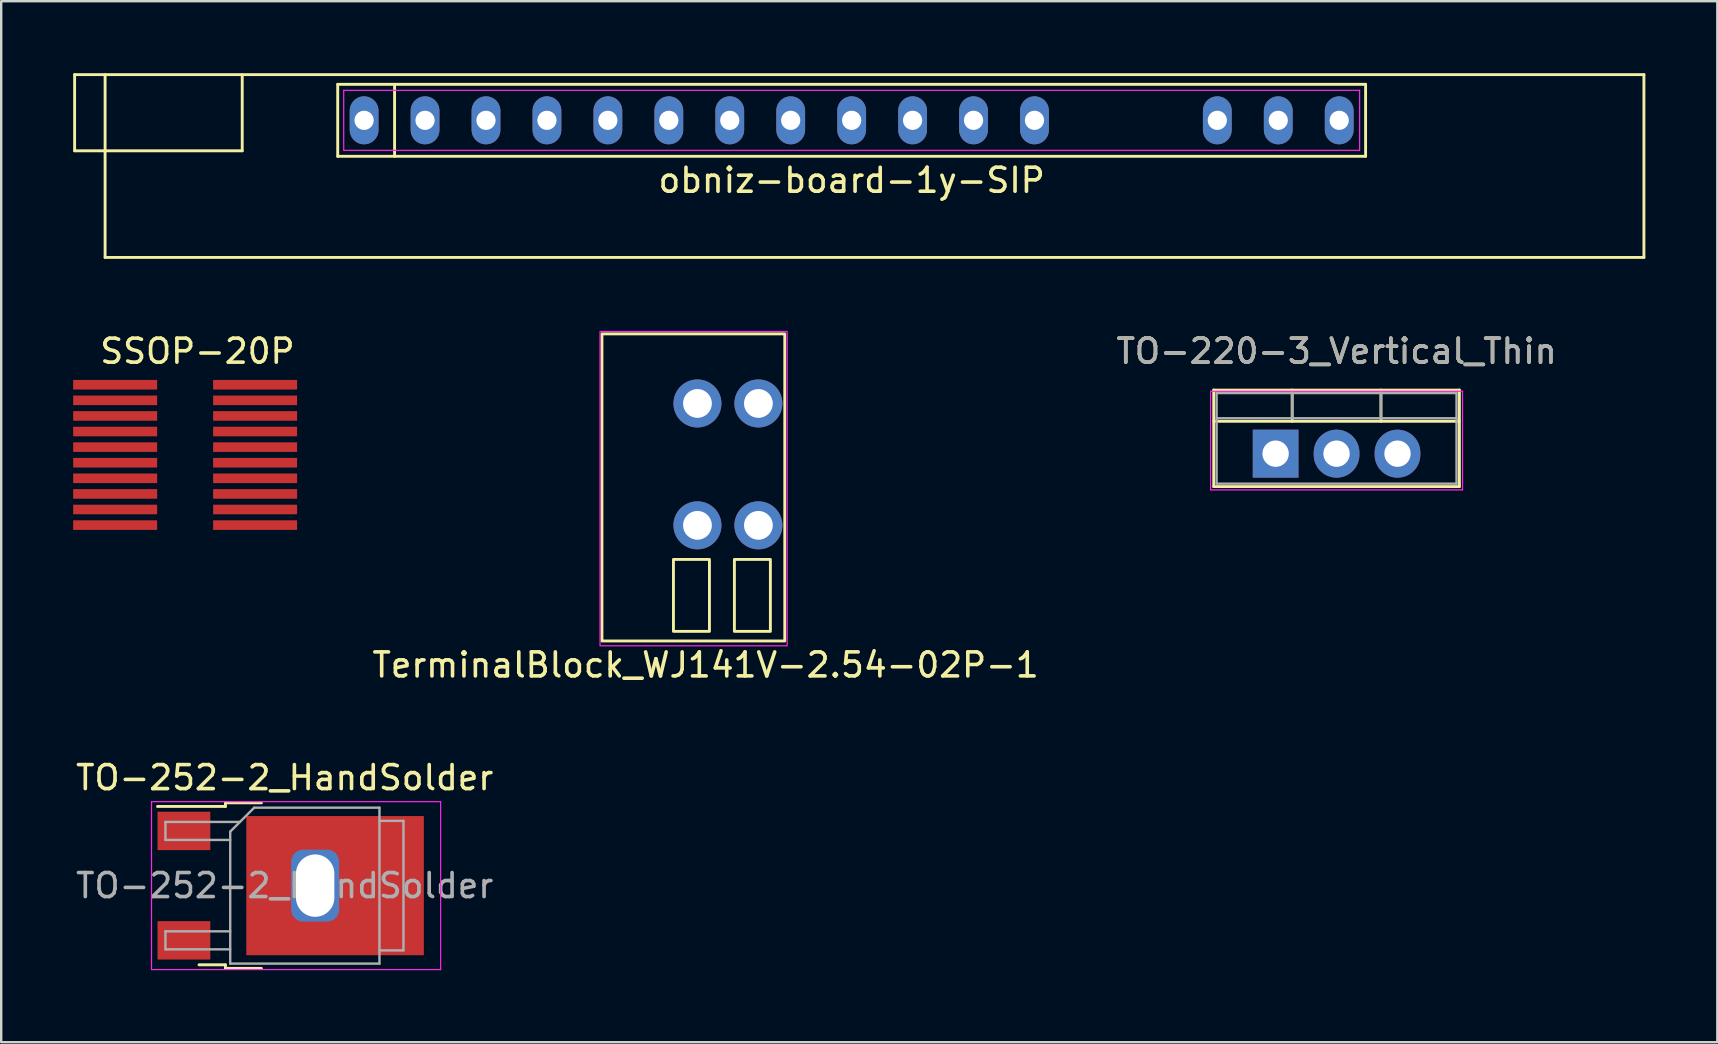
<source format=kicad_pcb>
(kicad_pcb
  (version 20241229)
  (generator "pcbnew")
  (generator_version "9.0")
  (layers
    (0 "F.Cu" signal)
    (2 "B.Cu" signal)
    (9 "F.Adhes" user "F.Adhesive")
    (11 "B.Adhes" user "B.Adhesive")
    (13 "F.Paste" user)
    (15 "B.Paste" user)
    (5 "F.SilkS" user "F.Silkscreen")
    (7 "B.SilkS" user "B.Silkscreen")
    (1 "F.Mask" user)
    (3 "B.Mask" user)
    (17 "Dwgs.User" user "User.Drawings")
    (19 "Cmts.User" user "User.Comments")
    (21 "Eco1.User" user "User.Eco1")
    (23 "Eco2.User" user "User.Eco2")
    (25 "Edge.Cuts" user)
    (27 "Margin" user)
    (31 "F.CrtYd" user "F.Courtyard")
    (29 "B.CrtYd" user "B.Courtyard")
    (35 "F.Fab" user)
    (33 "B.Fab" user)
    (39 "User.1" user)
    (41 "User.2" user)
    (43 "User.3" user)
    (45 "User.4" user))
  (footprint "TO-252-2_HandSolder"
    (layer "F.Cu")
    (at 8.815 33.861)
    (property "Reference" "TO-252-2_HandSolder" (at 0 -4.5 0) (layer "F.SilkS") (effects (font (size 1 1) (thickness 0.15))))
    (attr smd)
    (fp_line (start -2.47 -3.45) (end -2.47 -3.3) (stroke (width 0.12) (type solid)) (layer "F.SilkS"))
    (fp_line (start -2.47 -3.3) (end -5.3 -3.3) (stroke (width 0.12) (type solid)) (layer "F.SilkS"))
    (fp_line (start -2.47 3.3) (end -3.57 3.3) (stroke (width 0.12) (type solid)) (layer "F.SilkS"))
    (fp_line (start -2.47 3.45) (end -2.47 3.3) (stroke (width 0.12) (type solid)) (layer "F.SilkS"))
    (fp_line (start -0.97 -3.45) (end -2.47 -3.45) (stroke (width 0.12) (type solid)) (layer "F.SilkS"))
    (fp_line (start -0.97 3.45) (end -2.47 3.45) (stroke (width 0.12) (type solid)) (layer "F.SilkS"))
    (fp_line (start -5.55 -3.5) (end -5.55 3.5) (stroke (width 0.05) (type solid)) (layer "F.CrtYd"))
    (fp_line (start -5.55 3.5) (end 6.5 3.5) (stroke (width 0.05) (type solid)) (layer "F.CrtYd"))
    (fp_line (start 6.5 -3.5) (end -5.55 -3.5) (stroke (width 0.05) (type solid)) (layer "F.CrtYd"))
    (fp_line (start 6.5 3.5) (end 6.5 -3.5) (stroke (width 0.05) (type solid)) (layer "F.CrtYd"))
    (fp_line (start -4.97 -2.655) (end -4.97 -1.905) (stroke (width 0.1) (type solid)) (layer "F.Fab"))
    (fp_line (start -4.97 -1.905) (end -2.27 -1.905) (stroke (width 0.1) (type solid)) (layer "F.Fab"))
    (fp_line (start -4.97 1.905) (end -4.97 2.655) (stroke (width 0.1) (type solid)) (layer "F.Fab"))
    (fp_line (start -4.97 2.655) (end -2.27 2.655) (stroke (width 0.1) (type solid)) (layer "F.Fab"))
    (fp_line (start -2.27 -2.25) (end -1.27 -3.25) (stroke (width 0.1) (type solid)) (layer "F.Fab"))
    (fp_line (start -2.27 1.905) (end -4.97 1.905) (stroke (width 0.1) (type solid)) (layer "F.Fab"))
    (fp_line (start -2.27 3.25) (end -2.27 -2.25) (stroke (width 0.1) (type solid)) (layer "F.Fab"))
    (fp_line (start -1.865 -2.655) (end -4.97 -2.655) (stroke (width 0.1) (type solid)) (layer "F.Fab"))
    (fp_line (start -1.27 -3.25) (end 3.95 -3.25) (stroke (width 0.1) (type solid)) (layer "F.Fab"))
    (fp_line (start 3.95 -3.25) (end 3.95 3.25) (stroke (width 0.1) (type solid)) (layer "F.Fab"))
    (fp_line (start 3.95 -2.7) (end 4.95 -2.7) (stroke (width 0.1) (type solid)) (layer "F.Fab"))
    (fp_line (start 3.95 3.25) (end -2.27 3.25) (stroke (width 0.1) (type solid)) (layer "F.Fab"))
    (fp_line (start 4.95 -2.7) (end 4.95 2.7) (stroke (width 0.1) (type solid)) (layer "F.Fab"))
    (fp_line (start 4.95 2.7) (end 3.95 2.7) (stroke (width 0.1) (type solid)) (layer "F.Fab"))
    (fp_text user "${REFERENCE}" (at 0 0 0) (layer "F.Fab") (effects (font (size 1 1) (thickness 0.15))))
    (pad "" smd rect (at 0.425 -1.525) (size 3.05 2.75) (layers "F.Paste"))
    (pad "" smd rect (at 0.425 1.525) (size 3.05 2.75) (layers "F.Paste"))
    (pad "" smd rect (at 3.775 -1.525) (size 3.05 2.75) (layers "F.Paste"))
    (pad "" smd rect (at 3.775 1.525) (size 3.05 2.75) (layers "F.Paste"))
    (pad "1" smd rect (at -4.2 -2.28) (size 2.2 1.6) (layers "F.Cu" "F.Mask" "F.Paste"))
    (pad "2" thru_hole roundrect (at 1.27 0 90) (size 3 2) (drill oval 2.6 1.6) (layers "*.Cu" "*.Mask") (remove_unused_layers yes) (keep_end_layers yes) (zone_layer_connections) (roundrect_rratio 0.25))
    (pad "2" smd rect (at 2.1 0) (size 7.4 5.8) (layers "F.Cu" "F.Mask"))
    (pad "3" smd rect (at -4.2 2.28) (size 2.2 1.6) (layers "F.Cu" "F.Mask" "F.Paste")))
  (footprint "TO-220-3_Vertical_Thin"
    (layer "F.Cu")
    (at 50.115 15.858)
    (property "Reference" "TO-220-3_Vertical_Thin" (at 2.54 -4.27 0) (layer "F.SilkS") (effects (font (size 1 1) (thickness 0.15))))
    (attr through_hole)
    (fp_line (start -2.58 -2.65) (end -2.58 1.371) (stroke (width 0.12) (type solid)) (layer "F.SilkS"))
    (fp_line (start -2.58 -2.65) (end 7.66 -2.65) (stroke (width 0.12) (type solid)) (layer "F.SilkS"))
    (fp_line (start -2.58 1.371) (end 7.66 1.371) (stroke (width 0.12) (type solid)) (layer "F.SilkS"))
    (fp_line (start -2.575 -1.35) (end 7.65 -1.35) (stroke (width 0.12) (type solid)) (layer "F.SilkS"))
    (fp_line (start 0.69 -2.65) (end 0.69 -1.35) (stroke (width 0.12) (type solid)) (layer "F.SilkS"))
    (fp_line (start 4.391 -2.65) (end 4.391 -1.35) (stroke (width 0.12) (type solid)) (layer "F.SilkS"))
    (fp_line (start 7.66 -2.65) (end 7.66 1.371) (stroke (width 0.12) (type solid)) (layer "F.SilkS"))
    (fp_line (start -2.71 -2.6) (end -2.71 1.51) (stroke (width 0.05) (type solid)) (layer "F.CrtYd"))
    (fp_line (start -2.71 1.51) (end 7.79 1.51) (stroke (width 0.05) (type solid)) (layer "F.CrtYd"))
    (fp_line (start 7.79 -2.6) (end -2.71 -2.6) (stroke (width 0.05) (type solid)) (layer "F.CrtYd"))
    (fp_line (start 7.79 1.51) (end 7.79 -2.6) (stroke (width 0.05) (type solid)) (layer "F.CrtYd"))
    (fp_line (start -2.46 -2.525) (end -2.46 1.25) (stroke (width 0.1) (type solid)) (layer "F.Fab"))
    (fp_line (start -2.46 -1.475) (end 7.54 -1.475) (stroke (width 0.1) (type solid)) (layer "F.Fab"))
    (fp_line (start -2.46 1.25) (end 7.54 1.25) (stroke (width 0.1) (type solid)) (layer "F.Fab"))
    (fp_line (start 0.69 -2.525) (end 0.69 -1.475) (stroke (width 0.1) (type solid)) (layer "F.Fab"))
    (fp_line (start 4.39 -2.525) (end 4.39 -1.475) (stroke (width 0.1) (type solid)) (layer "F.Fab"))
    (fp_line (start 7.54 -2.525) (end -2.46 -2.525) (stroke (width 0.1) (type solid)) (layer "F.Fab"))
    (fp_line (start 7.54 1.25) (end 7.54 -2.525) (stroke (width 0.1) (type solid)) (layer "F.Fab"))
    (fp_text user "${REFERENCE}" (at 2.54 -4.27 0) (layer "F.Fab") (effects (font (size 1 1) (thickness 0.15))))
    (pad "1" thru_hole rect (at 0 0) (size 1.905 2) (drill 1.1) (layers "*.Cu" "*.Mask"))
    (pad "2" thru_hole oval (at 2.54 0) (size 1.905 2) (drill 1.1) (layers "*.Cu" "*.Mask"))
    (pad "3" thru_hole oval (at 5.08 0) (size 1.905 2) (drill 1.1) (layers "*.Cu" "*.Mask")))
  (footprint "TerminalBlock_WJ141V-2.54-02P-1"
    (layer "F.Cu")
    (at 28.558 13.765)
    (property "Reference" "TerminalBlock_WJ141V-2.54-02P-1" (at -2.2 10.9 0) (unlocked yes) (layer "F.SilkS") (effects (font (size 1 1) (thickness 0.15))))
    (attr through_hole)
    (fp_rect (start -6.52 -2.9) (end 1.1 9.9) (stroke (width 0.12) (type default)) (fill no) (layer "F.SilkS"))
    (fp_rect (start -3.54 6.5) (end -2.04 9.5) (stroke (width 0.12) (type default)) (fill no) (layer "F.SilkS"))
    (fp_rect (start -1 6.5) (end 0.5 9.5) (stroke (width 0.12) (type default)) (fill no) (layer "F.SilkS"))
    (fp_rect (start -6.6 -3) (end 1.2 10.1) (stroke (width 0.05) (type default)) (fill no) (layer "F.CrtYd"))
    (pad "1" thru_hole circle (at 0 0 180) (size 2 2) (drill 1.2) (layers "*.Cu" "*.Mask"))
    (pad "1" thru_hole circle (at 0 5.08 180) (size 2 2) (drill 1.2) (layers "*.Cu" "*.Mask"))
    (pad "2" thru_hole circle (at -2.54 0 180) (size 2 2) (drill 1.2) (layers "*.Cu" "*.Mask"))
    (pad "2" thru_hole circle (at -2.54 5.08 180) (size 2 2) (drill 1.2) (layers "*.Cu" "*.Mask")))
  (footprint "SSOP-20P"
    (layer "F.Cu")
    (at 1.75 12.985)
    (property "Reference" "SSOP-20P" (at 3.429 -1.397 0) (layer "F.SilkS") (effects (font (size 1 1) (thickness 0.15))))
    (attr smd)
    (pad "1" smd rect (at 0 0) (size 3.5 0.4) (layers "F.Cu" "F.Mask" "F.Paste"))
    (pad "2" smd rect (at 0 0.65) (size 3.5 0.4) (layers "F.Cu" "F.Mask" "F.Paste"))
    (pad "3" smd rect (at 0 1.3) (size 3.5 0.4) (layers "F.Cu" "F.Mask" "F.Paste"))
    (pad "4" smd rect (at 0 1.95) (size 3.5 0.4) (layers "F.Cu" "F.Mask" "F.Paste"))
    (pad "5" smd rect (at 0 2.6) (size 3.5 0.4) (layers "F.Cu" "F.Mask" "F.Paste"))
    (pad "6" smd rect (at 0 3.25) (size 3.5 0.4) (layers "F.Cu" "F.Mask" "F.Paste"))
    (pad "7" smd rect (at 0 3.9) (size 3.5 0.4) (layers "F.Cu" "F.Mask" "F.Paste"))
    (pad "8" smd rect (at 0 4.55) (size 3.5 0.4) (layers "F.Cu" "F.Mask" "F.Paste"))
    (pad "9" smd rect (at 0 5.2) (size 3.5 0.4) (layers "F.Cu" "F.Mask" "F.Paste"))
    (pad "10" smd rect (at 0 5.85) (size 3.5 0.4) (layers "F.Cu" "F.Mask" "F.Paste"))
    (pad "11" smd rect (at 5.832 5.85) (size 3.5 0.4) (layers "F.Cu" "F.Mask" "F.Paste"))
    (pad "12" smd rect (at 5.832 5.2) (size 3.5 0.4) (layers "F.Cu" "F.Mask" "F.Paste"))
    (pad "13" smd rect (at 5.832 4.55) (size 3.5 0.4) (layers "F.Cu" "F.Mask" "F.Paste"))
    (pad "14" smd rect (at 5.832 3.9) (size 3.5 0.4) (layers "F.Cu" "F.Mask" "F.Paste"))
    (pad "15" smd rect (at 5.832 3.25) (size 3.5 0.4) (layers "F.Cu" "F.Mask" "F.Paste"))
    (pad "16" smd rect (at 5.832 2.6) (size 3.5 0.4) (layers "F.Cu" "F.Mask" "F.Paste"))
    (pad "17" smd rect (at 5.832 1.95) (size 3.5 0.4) (layers "F.Cu" "F.Mask" "F.Paste"))
    (pad "18" smd rect (at 5.832 1.3) (size 3.5 0.4) (layers "F.Cu" "F.Mask" "F.Paste"))
    (pad "19" smd rect (at 5.832 0.65) (size 3.5 0.4) (layers "F.Cu" "F.Mask" "F.Paste"))
    (pad "20" smd rect (at 5.832 0) (size 3.5 0.4) (layers "F.Cu" "F.Mask" "F.Paste")))
  (footprint "obniz-board-1y-SIP"
    (layer "F.Cu")
    (at 32.445 1.965)
    (property "Reference" "obniz-board-1y-SIP" (at 0 2.5 0) (layer "F.SilkS") (effects (font (size 1 1) (thickness 0.15))))
    (attr through_hole)
    (fp_line (start -32.385 -1.905) (end 33.02 -1.905) (stroke (width 0.12) (type solid)) (layer "F.SilkS"))
    (fp_line (start -32.385 1.27) (end -32.385 -1.905) (stroke (width 0.12) (type solid)) (layer "F.SilkS"))
    (fp_line (start -31.115 -1.905) (end -31.115 5.715) (stroke (width 0.12) (type solid)) (layer "F.SilkS"))
    (fp_line (start -25.4 -1.905) (end -25.4 1.27) (stroke (width 0.12) (type solid)) (layer "F.SilkS"))
    (fp_line (start -25.4 1.27) (end -32.385 1.27) (stroke (width 0.12) (type solid)) (layer "F.SilkS"))
    (fp_line (start -21.42 -1.5) (end 21.42 -1.5) (stroke (width 0.12) (type solid)) (layer "F.SilkS"))
    (fp_line (start -21.42 1.5) (end -21.42 -1.5) (stroke (width 0.12) (type solid)) (layer "F.SilkS"))
    (fp_line (start -19.05 -1.5) (end -19.05 1.5) (stroke (width 0.12) (type solid)) (layer "F.SilkS"))
    (fp_line (start 21.42 -1.5) (end 21.42 1.5) (stroke (width 0.12) (type solid)) (layer "F.SilkS"))
    (fp_line (start 21.42 1.5) (end -21.42 1.5) (stroke (width 0.12) (type solid)) (layer "F.SilkS"))
    (fp_line (start 33.02 -1.905) (end 33.02 5.715) (stroke (width 0.12) (type solid)) (layer "F.SilkS"))
    (fp_line (start 33.02 5.715) (end -31.115 5.715) (stroke (width 0.12) (type solid)) (layer "F.SilkS"))
    (fp_line (start -21.17 -1.25) (end 21.17 -1.25) (stroke (width 0.05) (type solid)) (layer "F.CrtYd"))
    (fp_line (start -21.17 1.25) (end -21.17 -1.25) (stroke (width 0.05) (type solid)) (layer "F.CrtYd"))
    (fp_line (start 21.17 -1.25) (end 21.17 1.25) (stroke (width 0.05) (type solid)) (layer "F.CrtYd"))
    (fp_line (start 21.17 1.25) (end -21.17 1.25) (stroke (width 0.05) (type solid)) (layer "F.CrtYd"))
    (pad "0" thru_hole oval (at -20.32 0) (size 1.2 2) (drill 0.8) (layers "*.Cu" "*.Mask"))
    (pad "1" thru_hole oval (at -17.78 0) (size 1.2 2) (drill 0.8) (layers "*.Cu" "*.Mask"))
    (pad "2" thru_hole oval (at -15.24 0) (size 1.2 2) (drill 0.8) (layers "*.Cu" "*.Mask"))
    (pad "3" thru_hole oval (at -12.7 0) (size 1.2 2) (drill 0.8) (layers "*.Cu" "*.Mask"))
    (pad "4" thru_hole oval (at -10.16 0) (size 1.2 2) (drill 0.8) (layers "*.Cu" "*.Mask"))
    (pad "5" thru_hole oval (at -7.62 0) (size 1.2 2) (drill 0.8) (layers "*.Cu" "*.Mask"))
    (pad "6" thru_hole oval (at -5.08 0) (size 1.2 2) (drill 0.8) (layers "*.Cu" "*.Mask"))
    (pad "7" thru_hole oval (at -2.54 0) (size 1.2 2) (drill 0.8) (layers "*.Cu" "*.Mask"))
    (pad "8" thru_hole oval (at 0 0) (size 1.2 2) (drill 0.8) (layers "*.Cu" "*.Mask"))
    (pad "9" thru_hole oval (at 2.54 0) (size 1.2 2) (drill 0.8) (layers "*.Cu" "*.Mask"))
    (pad "10" thru_hole oval (at 5.08 0) (size 1.2 2) (drill 0.8) (layers "*.Cu" "*.Mask"))
    (pad "11" thru_hole oval (at 7.62 0) (size 1.2 2) (drill 0.8) (layers "*.Cu" "*.Mask"))
    (pad "14" thru_hole oval (at 15.24 0) (size 1.2 2) (drill 0.8) (layers "*.Cu" "*.Mask"))
    (pad "15" thru_hole oval (at 17.78 0) (size 1.2 2) (drill 0.8) (layers "*.Cu" "*.Mask"))
    (pad "16" thru_hole oval (at 20.32 0) (size 1.2 2) (drill 0.8) (layers "*.Cu" "*.Mask")))
  (gr_rect
    (start -3 -3)
    (end 68.525 40.386)
    (stroke (width 0.1) (type default))
    (fill no)
    (layer "Edge.Cuts")))
</source>
